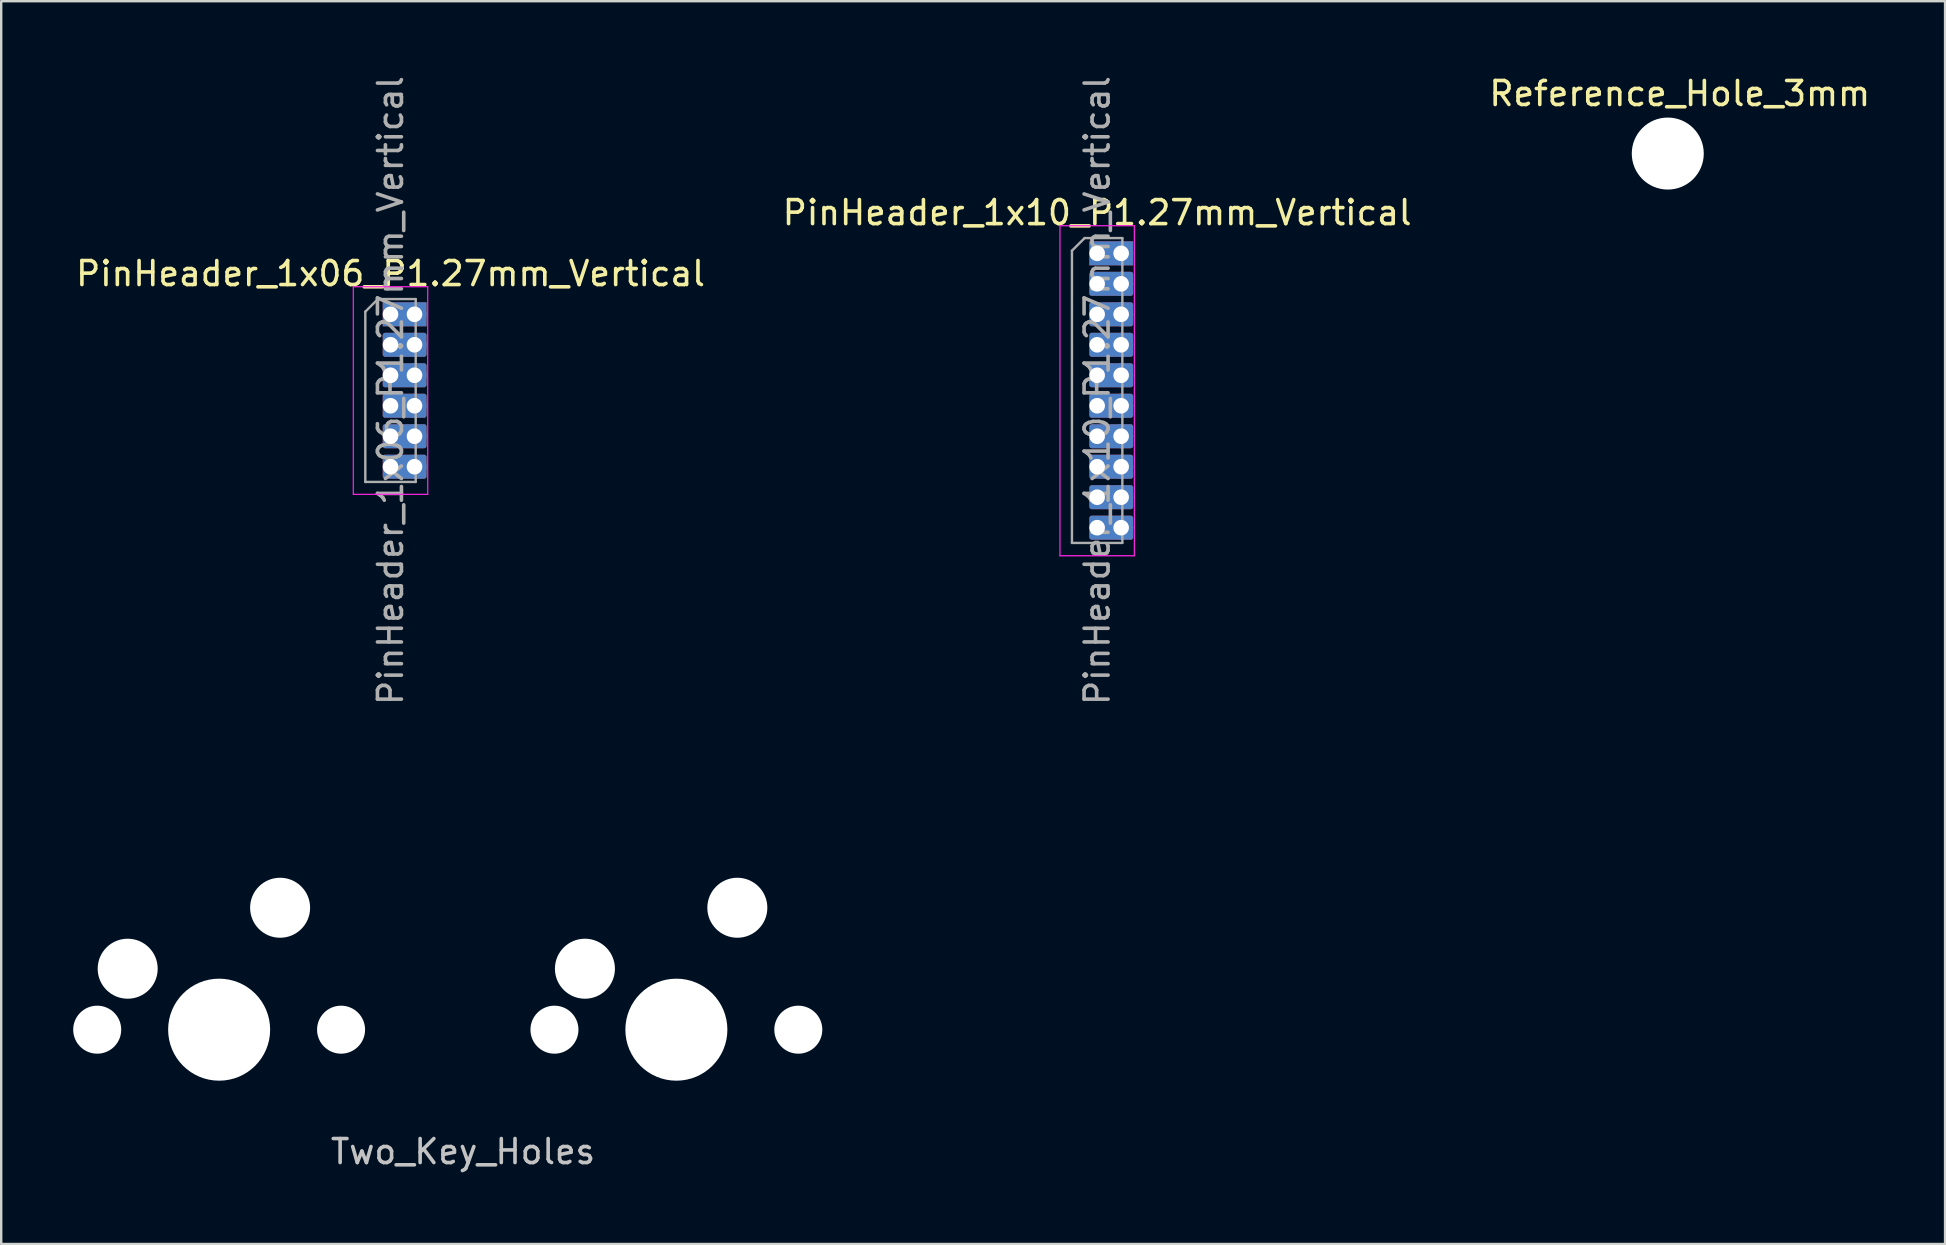
<source format=kicad_pcb>
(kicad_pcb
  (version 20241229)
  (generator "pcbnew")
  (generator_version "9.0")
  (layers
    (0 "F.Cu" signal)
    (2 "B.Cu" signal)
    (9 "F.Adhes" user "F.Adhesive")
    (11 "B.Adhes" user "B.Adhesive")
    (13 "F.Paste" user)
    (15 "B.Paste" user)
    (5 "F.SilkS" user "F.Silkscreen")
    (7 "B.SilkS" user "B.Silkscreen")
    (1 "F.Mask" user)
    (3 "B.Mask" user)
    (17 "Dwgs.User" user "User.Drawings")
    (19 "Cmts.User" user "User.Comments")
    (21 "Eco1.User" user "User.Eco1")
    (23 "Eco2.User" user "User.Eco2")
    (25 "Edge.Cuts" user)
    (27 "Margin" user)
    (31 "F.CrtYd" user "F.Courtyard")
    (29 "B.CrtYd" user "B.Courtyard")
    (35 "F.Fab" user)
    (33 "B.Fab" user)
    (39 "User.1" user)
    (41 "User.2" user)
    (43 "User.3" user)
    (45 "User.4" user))
  (footprint "Reference_Hole_3mm"
    (layer "F.Cu")
    (at 66.435 3.348)
    (property "Reference" "Reference_Hole_3mm" (at 0.5 -2.5 0) (layer "F.SilkS") (effects (font (size 1 1) (thickness 0.15))))
    (attr through_hole)
    (pad "" np_thru_hole circle (at 0 0 90) (size 3 3) (drill oval 3) (layers "*.Cu" "*.Paste" "*.Mask")))
  (footprint "PinHeader_1x06_P1.27mm_Vertical"
    (layer "F.Cu")
    (at 13.22 10.045)
    (property "Reference" "PinHeader_1x06_P1.27mm_Vertical" (at 0 -1.695 0) (layer "F.SilkS") (effects (font (size 1 1) (thickness 0.15))))
    (attr through_hole)
    (fp_line (start -1.55 -1.15) (end -1.55 7.5) (stroke (width 0.05) (type solid)) (layer "F.CrtYd"))
    (fp_line (start -1.55 7.5) (end 1.55 7.5) (stroke (width 0.05) (type solid)) (layer "F.CrtYd"))
    (fp_line (start 1.55 -1.15) (end -1.55 -1.15) (stroke (width 0.05) (type solid)) (layer "F.CrtYd"))
    (fp_line (start 1.55 7.5) (end 1.55 -1.15) (stroke (width 0.05) (type solid)) (layer "F.CrtYd"))
    (fp_line (start -1.05 -0.11) (end -0.525 -0.635) (stroke (width 0.1) (type solid)) (layer "F.Fab"))
    (fp_line (start -1.05 6.985) (end -1.05 -0.11) (stroke (width 0.1) (type solid)) (layer "F.Fab"))
    (fp_line (start -0.525 -0.635) (end 1.05 -0.635) (stroke (width 0.1) (type solid)) (layer "F.Fab"))
    (fp_line (start 1.05 -0.635) (end 1.05 6.985) (stroke (width 0.1) (type solid)) (layer "F.Fab"))
    (fp_line (start 1.05 6.985) (end -1.05 6.985) (stroke (width 0.1) (type solid)) (layer "F.Fab"))
    (fp_text user "${REFERENCE}" (at 0 3.175 90) (layer "F.Fab") (effects (font (size 1 1) (thickness 0.15))))
    (pad "1" thru_hole rect (at 0 0) (size 1.825 1) (drill 0.65 (offset 0.588 0)) (property pad_prop_castellated) (layers "*.Cu" "*.Mask"))
    (pad "1" thru_hole circle (at 1 0) (size 1 1) (drill 0.65) (layers "*.Cu" "*.Mask"))
    (pad "2" thru_hole roundrect (at 0 1.27) (size 1.825 1) (drill 0.65 (offset 0.588 0)) (property pad_prop_castellated) (layers "*.Cu" "*.Mask") (roundrect_rratio 0.1))
    (pad "2" thru_hole circle (at 1 1.27) (size 1 1) (drill 0.65) (layers "*.Cu" "*.Mask"))
    (pad "3" thru_hole roundrect (at 0 2.54) (size 1.825 1) (drill 0.65 (offset 0.588 0)) (property pad_prop_castellated) (layers "*.Cu" "*.Mask") (roundrect_rratio 0.1))
    (pad "3" thru_hole circle (at 1 2.54) (size 1 1) (drill 0.65) (layers "*.Cu" "*.Mask"))
    (pad "4" thru_hole roundrect (at 0 3.81) (size 1.825 1) (drill 0.65 (offset 0.588 0)) (property pad_prop_castellated) (layers "*.Cu" "*.Mask") (roundrect_rratio 0.1))
    (pad "4" thru_hole circle (at 1 3.81) (size 1 1) (drill 0.65) (layers "*.Cu" "*.Mask"))
    (pad "5" thru_hole roundrect (at 0 5.08) (size 1.825 1) (drill 0.65 (offset 0.588 0)) (property pad_prop_castellated) (layers "*.Cu" "*.Mask") (roundrect_rratio 0.1))
    (pad "5" thru_hole circle (at 1 5.08) (size 1 1) (drill 0.65) (layers "*.Cu" "*.Mask"))
    (pad "6" thru_hole roundrect (at 0 6.35) (size 1.825 1) (drill 0.65 (offset 0.588 0)) (property pad_prop_castellated) (layers "*.Cu" "*.Mask") (roundrect_rratio 0.1))
    (pad "6" thru_hole circle (at 1 6.35) (size 1 1) (drill 0.65) (layers "*.Cu" "*.Mask")))
  (footprint "PinHeader_1x10_P1.27mm_Vertical"
    (layer "F.Cu")
    (at 42.661 7.505)
    (property "Reference" "PinHeader_1x10_P1.27mm_Vertical" (at 0 -1.695 0) (layer "F.SilkS") (effects (font (size 1 1) (thickness 0.15))))
    (attr through_hole)
    (fp_line (start -1.55 -1.15) (end -1.55 12.6) (stroke (width 0.05) (type solid)) (layer "F.CrtYd"))
    (fp_line (start -1.55 12.6) (end 1.55 12.6) (stroke (width 0.05) (type solid)) (layer "F.CrtYd"))
    (fp_line (start 1.55 -1.15) (end -1.55 -1.15) (stroke (width 0.05) (type solid)) (layer "F.CrtYd"))
    (fp_line (start 1.55 12.6) (end 1.55 -1.15) (stroke (width 0.05) (type solid)) (layer "F.CrtYd"))
    (fp_line (start -1.05 -0.11) (end -0.525 -0.635) (stroke (width 0.1) (type solid)) (layer "F.Fab"))
    (fp_line (start -1.05 12.065) (end -1.05 -0.11) (stroke (width 0.1) (type solid)) (layer "F.Fab"))
    (fp_line (start -0.525 -0.635) (end 1.05 -0.635) (stroke (width 0.1) (type solid)) (layer "F.Fab"))
    (fp_line (start 1.05 -0.635) (end 1.05 12.065) (stroke (width 0.1) (type solid)) (layer "F.Fab"))
    (fp_line (start 1.05 12.065) (end -1.05 12.065) (stroke (width 0.1) (type solid)) (layer "F.Fab"))
    (fp_text user "${REFERENCE}" (at 0 5.715 90) (layer "F.Fab") (effects (font (size 1 1) (thickness 0.15))))
    (pad "1" thru_hole rect (at 0 0) (size 1.825 1) (drill 0.65 (offset 0.588 0)) (property pad_prop_castellated) (layers "*.Cu" "*.Mask"))
    (pad "1" thru_hole circle (at 1 0) (size 1 1) (drill 0.65) (layers "*.Cu" "*.Mask"))
    (pad "2" thru_hole roundrect (at 0 1.27) (size 1.825 1) (drill 0.65 (offset 0.588 0)) (property pad_prop_castellated) (layers "*.Cu" "*.Mask") (roundrect_rratio 0.1))
    (pad "2" thru_hole circle (at 1 1.27) (size 1 1) (drill 0.65) (layers "*.Cu" "*.Mask"))
    (pad "3" thru_hole roundrect (at 0 2.54) (size 1.825 1) (drill 0.65 (offset 0.588 0)) (property pad_prop_castellated) (layers "*.Cu" "*.Mask") (roundrect_rratio 0.1))
    (pad "3" thru_hole circle (at 1 2.54) (size 1 1) (drill 0.65) (layers "*.Cu" "*.Mask"))
    (pad "4" thru_hole roundrect (at 0 3.81) (size 1.825 1) (drill 0.65 (offset 0.588 0)) (property pad_prop_castellated) (layers "*.Cu" "*.Mask") (roundrect_rratio 0.1))
    (pad "4" thru_hole circle (at 1 3.81) (size 1 1) (drill 0.65) (layers "*.Cu" "*.Mask"))
    (pad "5" thru_hole roundrect (at 0 5.08) (size 1.825 1) (drill 0.65 (offset 0.588 0)) (property pad_prop_castellated) (layers "*.Cu" "*.Mask") (roundrect_rratio 0.1))
    (pad "5" thru_hole circle (at 1 5.08) (size 1 1) (drill 0.65) (layers "*.Cu" "*.Mask"))
    (pad "6" thru_hole roundrect (at 0 6.35) (size 1.825 1) (drill 0.65 (offset 0.588 0)) (property pad_prop_castellated) (layers "*.Cu" "*.Mask") (roundrect_rratio 0.1))
    (pad "6" thru_hole circle (at 1 6.35) (size 1 1) (drill 0.65) (layers "*.Cu" "*.Mask"))
    (pad "7" thru_hole roundrect (at 0 7.62) (size 1.825 1) (drill 0.65 (offset 0.588 0)) (property pad_prop_castellated) (layers "*.Cu" "*.Mask") (roundrect_rratio 0.1))
    (pad "7" thru_hole circle (at 1 7.62) (size 1 1) (drill 0.65) (layers "*.Cu" "*.Mask"))
    (pad "8" thru_hole roundrect (at 0 8.89) (size 1.825 1) (drill 0.65 (offset 0.588 0)) (property pad_prop_castellated) (layers "*.Cu" "*.Mask") (roundrect_rratio 0.1))
    (pad "8" thru_hole circle (at 1 8.89) (size 1 1) (drill 0.65) (layers "*.Cu" "*.Mask"))
    (pad "9" thru_hole roundrect (at 0 10.16) (size 1.825 1) (drill 0.65 (offset 0.588 0)) (property pad_prop_castellated) (layers "*.Cu" "*.Mask") (roundrect_rratio 0.1))
    (pad "9" thru_hole circle (at 1 10.16) (size 1 1) (drill 0.65) (layers "*.Cu" "*.Mask"))
    (pad "10" thru_hole roundrect (at 0 11.43) (size 1.825 1) (drill 0.65 (offset 0.588 0)) (property pad_prop_castellated) (layers "*.Cu" "*.Mask") (roundrect_rratio 0.1))
    (pad "10" thru_hole circle (at 1 11.43) (size 1 1) (drill 0.65) (layers "*.Cu" "*.Mask")))
  (footprint "Two_Key_Holes"
    (layer "F.Cu")
    (at 6.08 29.69)
    (property "Reference" "Two_Key_Holes" (at 10.16 15.24 0) (layer "Dwgs.User") (effects (font (size 1 1) (thickness 0.15))))
    (attr through_hole)
    (pad "" np_thru_hole circle (at -5.08 10.16 48.099) (size 2 2) (drill 2) (layers "*.Cu" "*.Mask"))
    (pad "" np_thru_hole circle (at -3.81 7.62) (size 2.5 2.5) (drill 2.5) (layers "*.Cu" "*.Mask"))
    (pad "" np_thru_hole circle (at 0 10.16) (size 4.25 4.25) (drill 4.25) (layers "*.Cu" "*.Mask"))
    (pad "" np_thru_hole circle (at 2.54 5.08) (size 2.5 2.5) (drill 2.5) (layers "*.Cu" "*.Mask"))
    (pad "" np_thru_hole circle (at 5.08 10.16 48.099) (size 2 2) (drill 2) (layers "*.Cu" "*.Mask"))
    (pad "" np_thru_hole circle (at 13.97 10.16 48.099) (size 2 2) (drill 2) (layers "*.Cu" "*.Mask"))
    (pad "" np_thru_hole circle (at 15.24 7.62) (size 2.5 2.5) (drill 2.5) (layers "*.Cu" "*.Mask"))
    (pad "" np_thru_hole circle (at 19.05 10.16) (size 4.25 4.25) (drill 4.25) (layers "*.Cu" "*.Mask"))
    (pad "" np_thru_hole circle (at 21.59 5.08) (size 2.5 2.5) (drill 2.5) (layers "*.Cu" "*.Mask"))
    (pad "" np_thru_hole circle (at 24.13 10.16 48.099) (size 2 2) (drill 2) (layers "*.Cu" "*.Mask")))
  (gr_rect
    (start -3 -3)
    (end 77.988 48.779)
    (stroke (width 0.1) (type default))
    (fill no)
    (layer "Edge.Cuts")))
</source>
